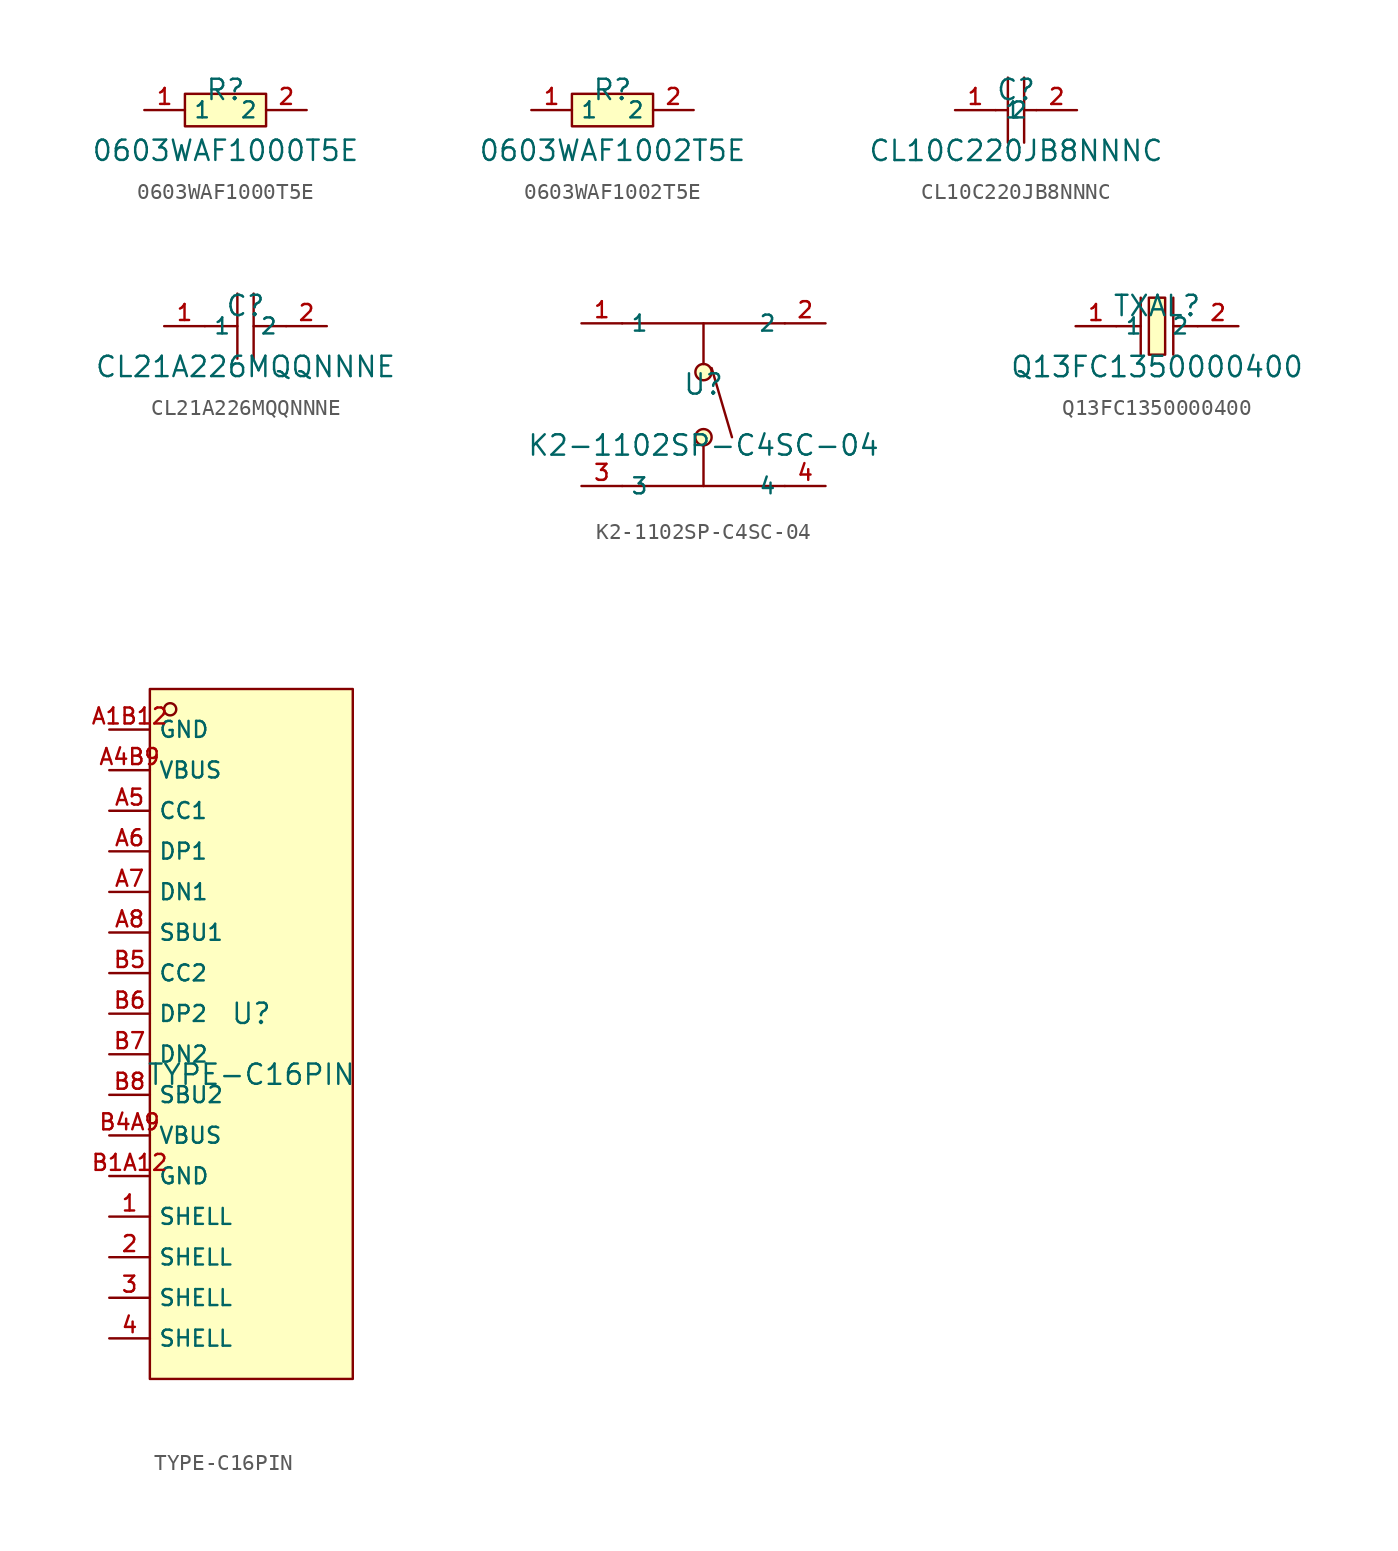
<source format=kicad_sym>
(kicad_symbol_lib
  (version 20210201)
  (generator TousstNicolas/JLC2KiCad_lib)
  (symbol "0603WAF1000T5E"
    (property "Reference" "R"
      (at 0 1.27 0)
      (effects (font (size 1.27 1.27))))
    (property "Value" "0603WAF1000T5E"
      (at 0 -2.54 0)
      (effects (font (size 1.27 1.27))))
    (symbol "0603WAF1000T5E_0_1"
      (pin input line (at 5.08 -0.0 180) (length 2.54) (name "2" (effects (font (size 1 1)))) (number "2" (effects (font (size 1 1)))))
      (pin input line (at -5.08 -0.0 0) (length 2.54) (name "1" (effects (font (size 1 1)))) (number "1" (effects (font (size 1 1)))))
      (rectangle (start -2.54 1.016) (end 2.54 -1.016) (stroke (width 0) (type default) (color 0 0 0 0)) (fill (type background)))))
  (symbol "0603WAF1002T5E"
    (property "Reference" "R"
      (at 0 1.27 0)
      (effects (font (size 1.27 1.27))))
    (property "Value" "0603WAF1002T5E"
      (at 0 -2.54 0)
      (effects (font (size 1.27 1.27))))
    (symbol "0603WAF1002T5E_0_1"
      (pin input line (at 5.08 -0.0 180) (length 2.54) (name "2" (effects (font (size 1 1)))) (number "2" (effects (font (size 1 1)))))
      (pin input line (at -5.08 -0.0 0) (length 2.54) (name "1" (effects (font (size 1 1)))) (number "1" (effects (font (size 1 1)))))
      (rectangle (start -2.54 1.016) (end 2.54 -1.016) (stroke (width 0) (type default) (color 0 0 0 0)) (fill (type background)))))
  (symbol "CL10C220JB8NNNC"
    (property "Reference" "C"
      (at 0 1.27 0)
      (effects (font (size 1.27 1.27))))
    (property "Value" "CL10C220JB8NNNC"
      (at 0 -2.54 0)
      (effects (font (size 1.27 1.27))))
    (symbol "CL10C220JB8NNNC_0_1"
      (polyline (pts (xy -0.508 2.032) (xy -0.508 -2.032)) (stroke (width 0) (type default) (color 0 0 0 0)) (fill (type none)))
      (polyline (pts (xy 0.508 2.032) (xy 0.508 -2.032)) (stroke (width 0) (type default) (color 0 0 0 0)) (fill (type none)))
      (pin input line (at -3.81 -0.0 0) (length 2.54) (name "1" (effects (font (size 1 1)))) (number "1" (effects (font (size 1 1)))))
      (pin input line (at 3.81 -0.0 180) (length 2.54) (name "2" (effects (font (size 1 1)))) (number "2" (effects (font (size 1 1)))))
      (polyline (pts (xy -1.27 -0.0) (xy -0.508 -0.0)) (stroke (width 0) (type default) (color 0 0 0 0)) (fill (type none)))
      (polyline (pts (xy 0.508 -0.0) (xy 1.27 -0.0)) (stroke (width 0) (type default) (color 0 0 0 0)) (fill (type none)))))
  (symbol "CL21A226MQQNNNE"
    (property "Reference" "C"
      (at 0 1.27 0)
      (effects (font (size 1.27 1.27))))
    (property "Value" "CL21A226MQQNNNE"
      (at 0 -2.54 0)
      (effects (font (size 1.27 1.27))))
    (symbol "CL21A226MQQNNNE_0_1"
      (polyline (pts (xy -0.508 -2.032) (xy -0.508 2.032)) (stroke (width 0) (type default) (color 0 0 0 0)) (fill (type none)))
      (pin unspecified line (at -5.08 -0.0 0) (length 2.54) (name "1" (effects (font (size 1 1)))) (number "1" (effects (font (size 1 1)))))
      (polyline (pts (xy 2.54 -0.0) (xy 0.508 -0.0)) (stroke (width 0) (type default) (color 0 0 0 0)) (fill (type none)))
      (polyline (pts (xy 0.508 2.032) (xy 0.508 -2.032)) (stroke (width 0) (type default) (color 0 0 0 0)) (fill (type none)))
      (pin unspecified line (at 5.08 -0.0 180) (length 2.54) (name "2" (effects (font (size 1 1)))) (number "2" (effects (font (size 1 1)))))
      (polyline (pts (xy -0.508 -0.0) (xy -2.54 -0.0)) (stroke (width 0) (type default) (color 0 0 0 0)) (fill (type none)))))
  (symbol "K2-1102SP-C4SC-04"
    (property "Reference" "U"
      (at 0 1.27 0)
      (effects (font (size 1.27 1.27))))
    (property "Value" "K2-1102SP-C4SC-04"
      (at 0 -2.54 0)
      (effects (font (size 1.27 1.27))))
    (symbol "K2-1102SP-C4SC-04_0_1"
      (pin unspecified line (at 7.62 -5.08 180) (length 2.54) (name "4" (effects (font (size 1 1)))) (number "4" (effects (font (size 1 1)))))
      (pin unspecified line (at -7.62 -5.08 0) (length 2.54) (name "3" (effects (font (size 1 1)))) (number "3" (effects (font (size 1 1)))))
      (pin unspecified line (at 7.62 5.08 180) (length 2.54) (name "2" (effects (font (size 1 1)))) (number "2" (effects (font (size 1 1)))))
      (pin unspecified line (at -7.62 5.08 0) (length 2.54) (name "1" (effects (font (size 1 1)))) (number "1" (effects (font (size 1 1)))))
      (polyline (pts (xy 0.508 2.286) (xy 1.778 -2.032)) (stroke (width 0) (type default) (color 0 0 0 0)) (fill (type none)))
      (circle (center 0.0 -2.032) (radius 0.508) (stroke (width 0) (type default) (color 0 0 0 0)) (fill (type background)))
      (circle (center 0.0 2.032) (radius 0.508) (stroke (width 0) (type default) (color 0 0 0 0)) (fill (type background)))
      (polyline (pts (xy 0.0 -5.08) (xy 0.0 -2.54)) (stroke (width 0) (type default) (color 0 0 0 0)) (fill (type none)))
      (polyline (pts (xy -5.08 -5.08) (xy 5.08 -5.08)) (stroke (width 0) (type default) (color 0 0 0 0)) (fill (type none)))
      (polyline (pts (xy 0.0 5.08) (xy 0.0 2.54)) (stroke (width 0) (type default) (color 0 0 0 0)) (fill (type none)))
      (polyline (pts (xy -5.08 5.08) (xy 5.08 5.08)) (stroke (width 0) (type default) (color 0 0 0 0)) (fill (type none)))))
  (symbol "Q13FC1350000400"
    (property "Reference" "TXAL"
      (at 0 1.27 0)
      (effects (font (size 1.27 1.27))))
    (property "Value" "Q13FC1350000400"
      (at 0 -2.54 0)
      (effects (font (size 1.27 1.27))))
    (symbol "Q13FC1350000400_0_1"
      (polyline (pts (xy -1.016 1.778) (xy -1.016 -1.778)) (stroke (width 0) (type default) (color 0 0 0 0)) (fill (type none)))
      (rectangle (start -0.508 1.778) (end 0.508 -1.778) (stroke (width 0) (type default) (color 0 0 0 0)) (fill (type background)))
      (pin unspecified line (at -5.08 -0.0 0) (length 2.54) (name "1" (effects (font (size 1 1)))) (number "1" (effects (font (size 1 1)))))
      (pin unspecified line (at 5.08 -0.0 180) (length 2.54) (name "2" (effects (font (size 1 1)))) (number "2" (effects (font (size 1 1)))))
      (polyline (pts (xy 1.016 1.778) (xy 1.016 -1.778)) (stroke (width 0) (type default) (color 0 0 0 0)) (fill (type none)))
      (polyline (pts (xy -2.54 -0.0) (xy -1.016 -0.0)) (stroke (width 0) (type default) (color 0 0 0 0)) (fill (type none)))
      (polyline (pts (xy 1.016 -0.0) (xy 2.54 -0.0)) (stroke (width 0) (type default) (color 0 0 0 0)) (fill (type none)))))
  (symbol "TYPE-C16PIN"
    (property "Reference" "U"
      (at 0 1.27 0)
      (effects (font (size 1.27 1.27))))
    (property "Value" "TYPE-C16PIN"
      (at 0 -2.54 0)
      (effects (font (size 1.27 1.27))))
    (symbol "TYPE-C16PIN_0_1"
      (rectangle (start -6.35 21.59) (end 6.35 -21.59) (stroke (width 0) (type default) (color 0 0 0 0)) (fill (type background)))
      (circle (center -5.08 20.32) (radius 0.381) (stroke (width 0) (type default) (color 0 0 0 0)) (fill (type background)))
      (pin unspecified line (at -8.89 19.05 0) (length 2.54) (name "GND" (effects (font (size 1 1)))) (number "A1B12" (effects (font (size 1 1)))))
      (pin unspecified line (at -8.89 16.51 0) (length 2.54) (name "VBUS" (effects (font (size 1 1)))) (number "A4B9" (effects (font (size 1 1)))))
      (pin unspecified line (at -8.89 13.97 0) (length 2.54) (name "CC1" (effects (font (size 1 1)))) (number "A5" (effects (font (size 1 1)))))
      (pin unspecified line (at -8.89 11.43 0) (length 2.54) (name "DP1" (effects (font (size 1 1)))) (number "A6" (effects (font (size 1 1)))))
      (pin unspecified line (at -8.89 8.89 0) (length 2.54) (name "DN1" (effects (font (size 1 1)))) (number "A7" (effects (font (size 1 1)))))
      (pin unspecified line (at -8.89 6.35 0) (length 2.54) (name "SBU1" (effects (font (size 1 1)))) (number "A8" (effects (font (size 1 1)))))
      (pin unspecified line (at -8.89 3.81 0) (length 2.54) (name "CC2" (effects (font (size 1 1)))) (number "B5" (effects (font (size 1 1)))))
      (pin unspecified line (at -8.89 1.27 0) (length 2.54) (name "DP2" (effects (font (size 1 1)))) (number "B6" (effects (font (size 1 1)))))
      (pin unspecified line (at -8.89 -1.27 0) (length 2.54) (name "DN2" (effects (font (size 1 1)))) (number "B7" (effects (font (size 1 1)))))
      (pin unspecified line (at -8.89 -3.81 0) (length 2.54) (name "SBU2" (effects (font (size 1 1)))) (number "B8" (effects (font (size 1 1)))))
      (pin unspecified line (at -8.89 -6.35 0) (length 2.54) (name "VBUS" (effects (font (size 1 1)))) (number "B4A9" (effects (font (size 1 1)))))
      (pin unspecified line (at -8.89 -8.89 0) (length 2.54) (name "GND" (effects (font (size 1 1)))) (number "B1A12" (effects (font (size 1 1)))))
      (pin unspecified line (at -8.89 -11.43 0) (length 2.54) (name "SHELL" (effects (font (size 1 1)))) (number "1" (effects (font (size 1 1)))))
      (pin unspecified line (at -8.89 -13.97 0) (length 2.54) (name "SHELL" (effects (font (size 1 1)))) (number "2" (effects (font (size 1 1)))))
      (pin unspecified line (at -8.89 -16.51 0) (length 2.54) (name "SHELL" (effects (font (size 1 1)))) (number "3" (effects (font (size 1 1)))))
      (pin unspecified line (at -8.89 -19.05 0) (length 2.54) (name "SHELL" (effects (font (size 1 1)))) (number "4" (effects (font (size 1 1))))))))
</source>
